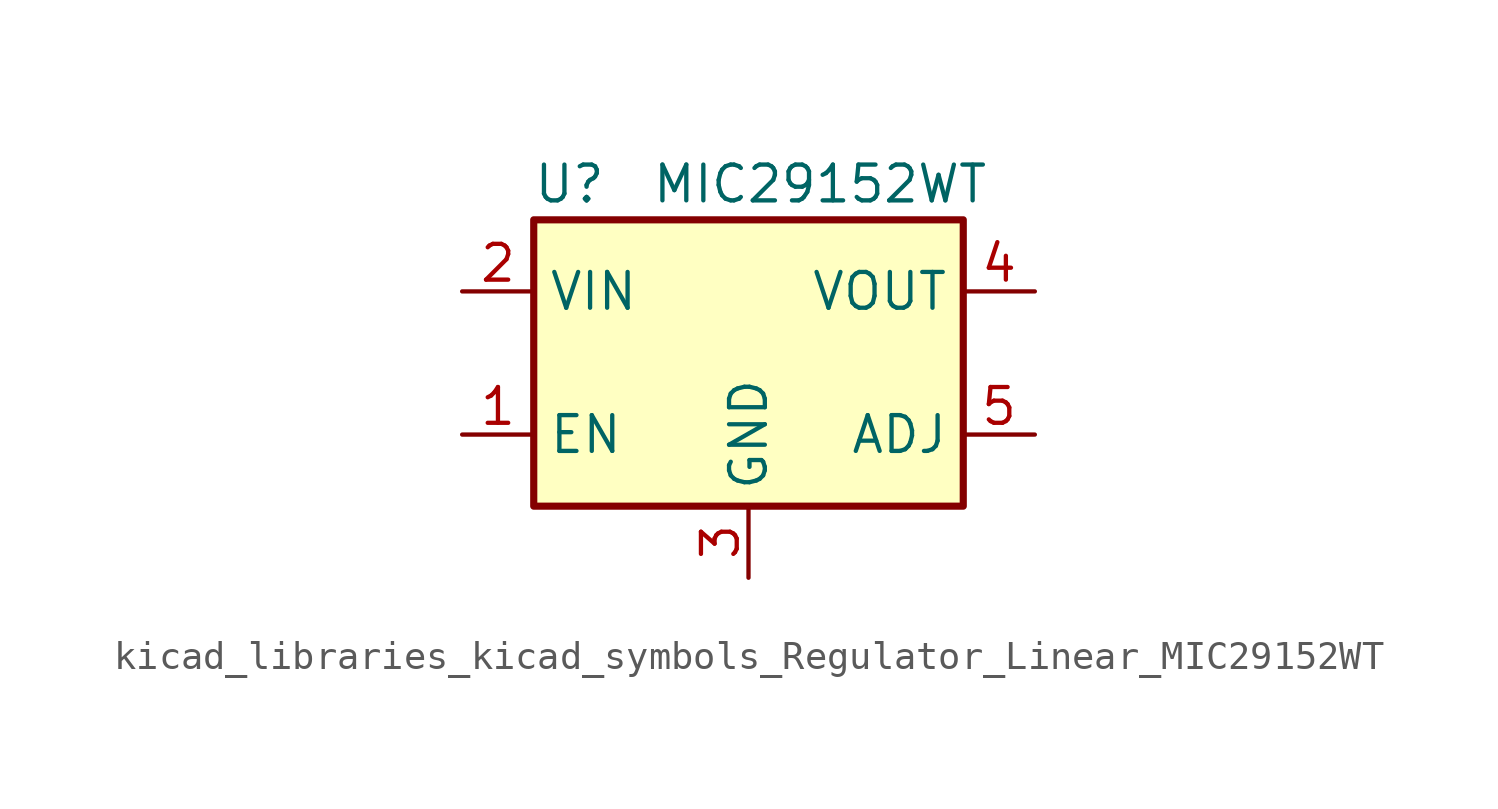
<source format=kicad_sym>
(kicad_symbol_lib
  (version 20220914)
  (generator kicad_symbol_editor)
  (symbol "kicad_libraries_kicad_symbols_Regulator_Linear_MIC29152WT"
    (property "Reference" "U"
      (at -6.35 6.35 0)
      (effects (font (size 1.27 1.27))))
    (property "Value" "MIC29152WT"
      (at 2.54 6.35 0)
      (effects (font (size 1.27 1.27))))
    (symbol "kicad_libraries_kicad_symbols_Regulator_Linear_MIC29152WT_1_1"
      (rectangle (start -7.62 5.08) (end 7.62 -5.08) (stroke (width 0.254) (type default)) (fill (type background)))
      (pin input line (at -10.16 -2.54 0) (length 2.54) (name "EN" (effects (font (size 1.27 1.27)))) (number "1" (effects (font (size 1.27 1.27)))))
      (pin power_in line (at -10.16 2.54 0) (length 2.54) (name "VIN" (effects (font (size 1.27 1.27)))) (number "2" (effects (font (size 1.27 1.27)))))
      (pin power_in line (at 0 -7.62 90) (length 2.54) (name "GND" (effects (font (size 1.27 1.27)))) (number "3" (effects (font (size 1.27 1.27)))))
      (pin power_out line (at 10.16 2.54 180) (length 2.54) (name "VOUT" (effects (font (size 1.27 1.27)))) (number "4" (effects (font (size 1.27 1.27)))))
      (pin input line (at 10.16 -2.54 180) (length 2.54) (name "ADJ" (effects (font (size 1.27 1.27)))) (number "5" (effects (font (size 1.27 1.27))))))))
</source>
